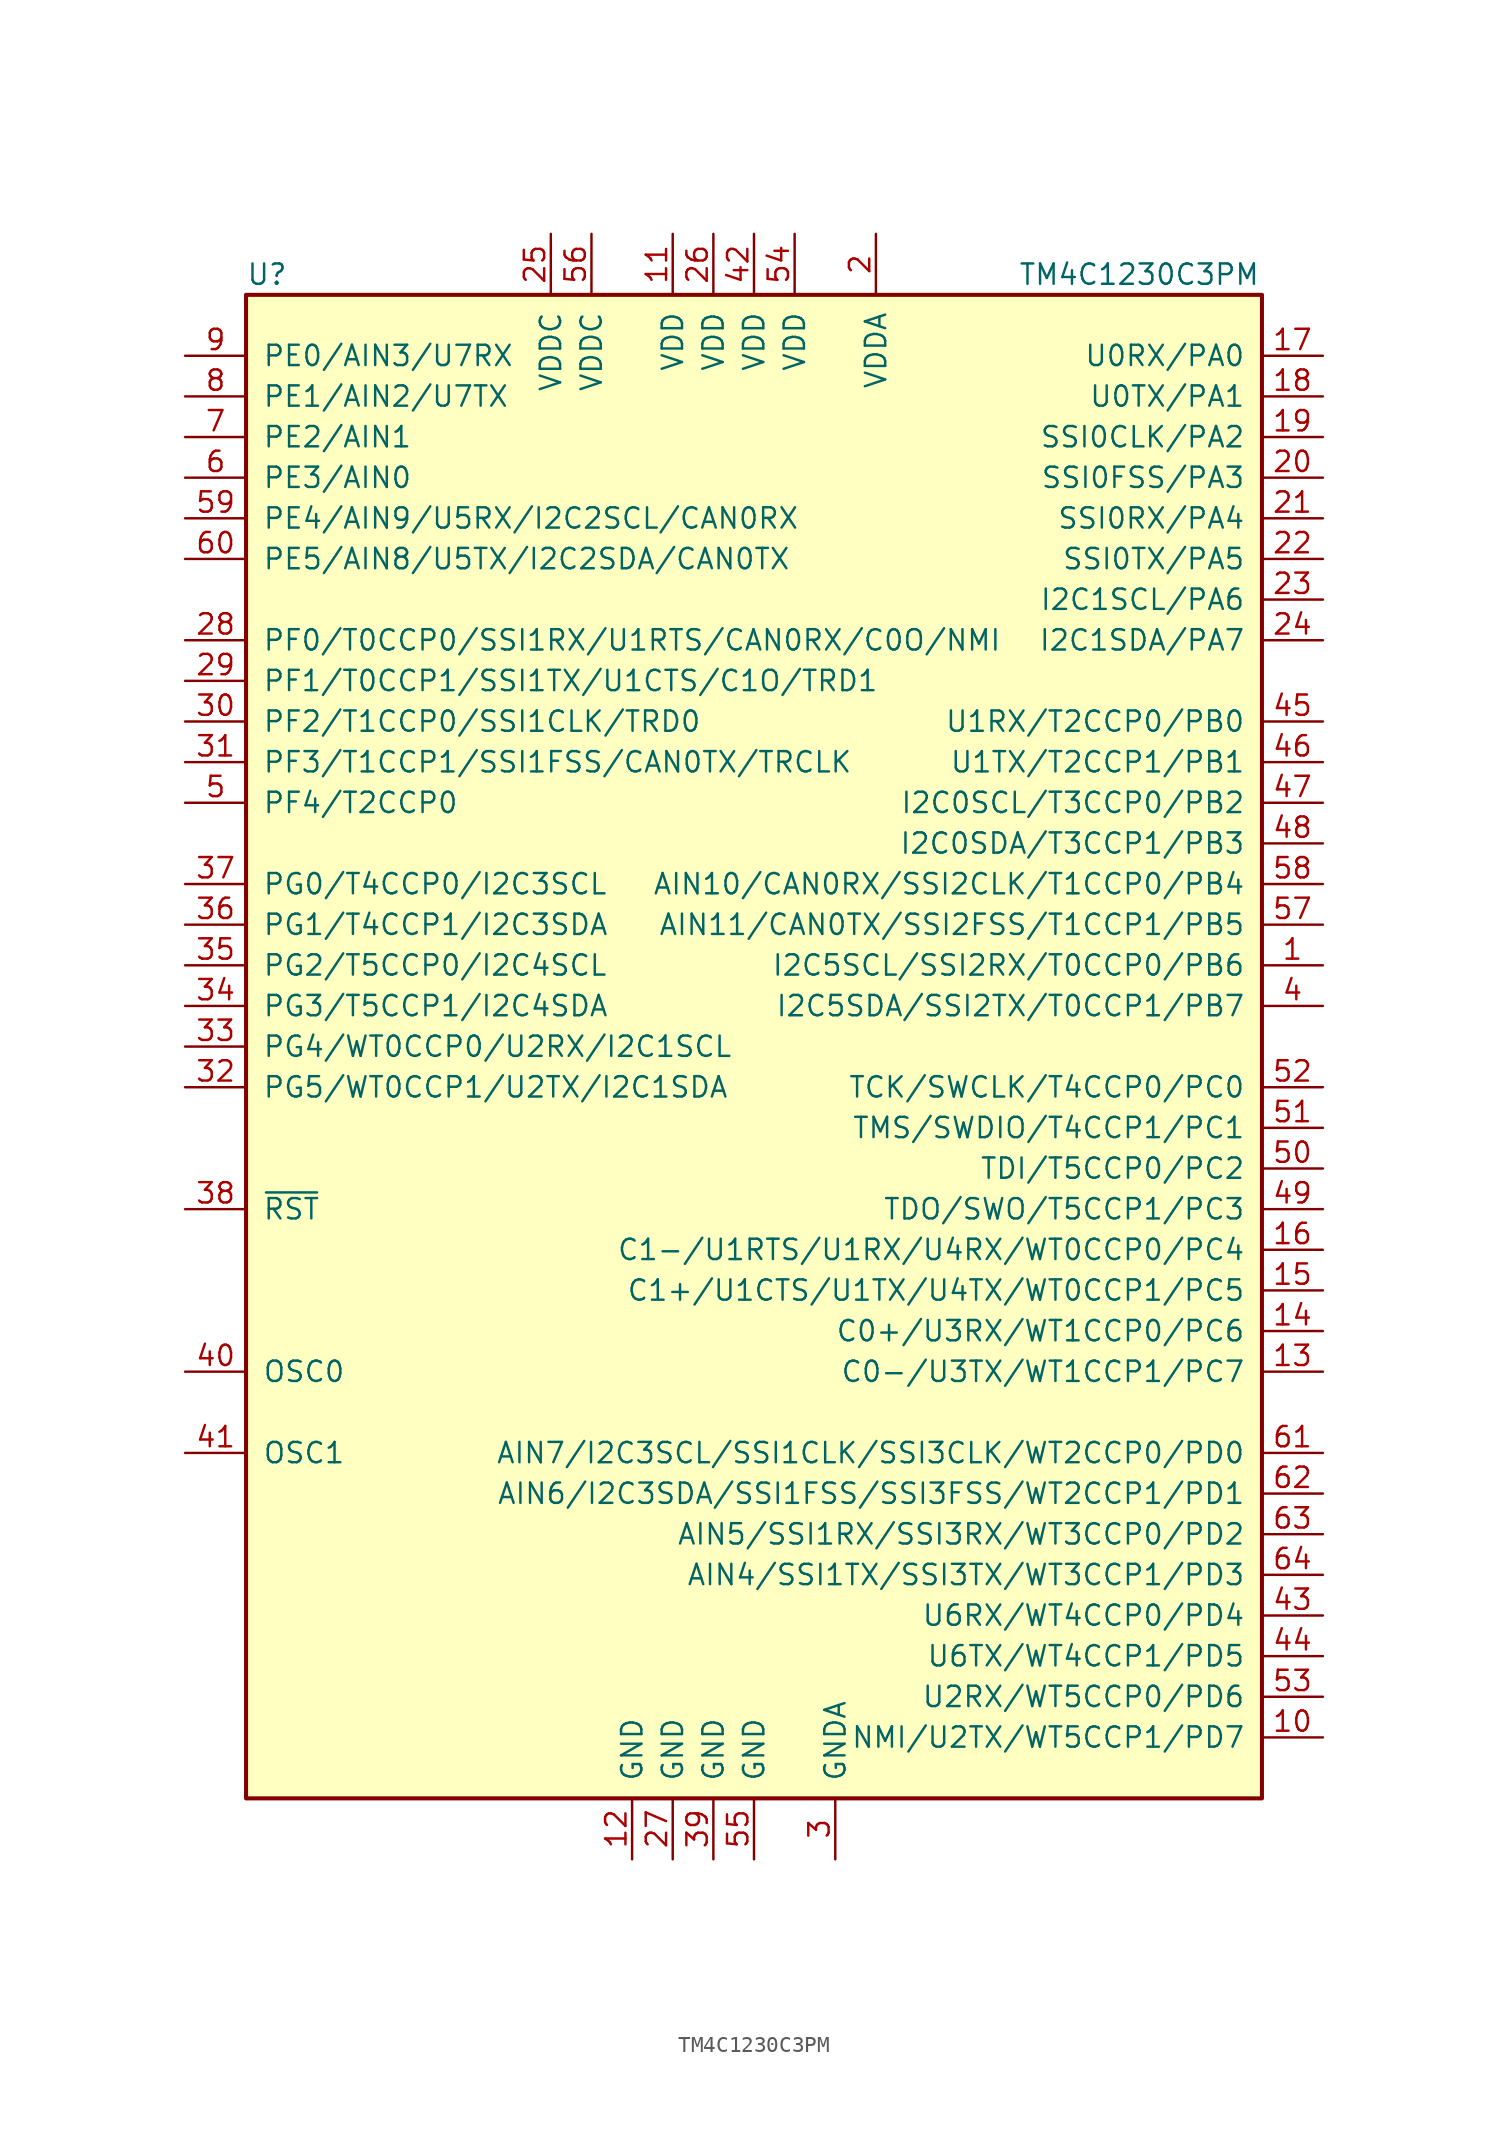
<source format=kicad_sym>
(kicad_symbol_lib
  (version 20241209)
  (generator "kicad_symbol_editor")
  (generator_version "9.0")
  (symbol "TM4C1230C3PM"
    (pin_names
      (offset 1.016))
    (property "Reference" "U"
      (at -31.75 48.26 0)
      (effects (font (size 1.27 1.27)) (justify left)))
    (property "Value" "TM4C1230C3PM"
      (at 16.51 48.26 0)
      (effects (font (size 1.27 1.27)) (justify left)))
    (symbol "TM4C1230C3PM_0_1"
      (rectangle (start -31.75 46.99) (end 31.75 -46.99) (stroke (width 0.254) (type default)) (fill (type background))))
    (symbol "TM4C1230C3PM_1_1"
      (pin bidirectional line (at -35.56 43.18 0) (length 3.81) (name "PE0/AIN3/U7RX" (effects (font (size 1.27 1.27)))) (number "9" (effects (font (size 1.27 1.27)))))
      (pin bidirectional line (at -35.56 40.64 0) (length 3.81) (name "PE1/AIN2/U7TX" (effects (font (size 1.27 1.27)))) (number "8" (effects (font (size 1.27 1.27)))))
      (pin bidirectional line (at -35.56 38.1 0) (length 3.81) (name "PE2/AIN1" (effects (font (size 1.27 1.27)))) (number "7" (effects (font (size 1.27 1.27)))))
      (pin bidirectional line (at -35.56 35.56 0) (length 3.81) (name "PE3/AIN0" (effects (font (size 1.27 1.27)))) (number "6" (effects (font (size 1.27 1.27)))))
      (pin bidirectional line (at -35.56 33.02 0) (length 3.81) (name "PE4/AIN9/U5RX/I2C2SCL/CAN0RX" (effects (font (size 1.27 1.27)))) (number "59" (effects (font (size 1.27 1.27)))))
      (pin bidirectional line (at -35.56 30.48 0) (length 3.81) (name "PE5/AIN8/U5TX/I2C2SDA/CAN0TX" (effects (font (size 1.27 1.27)))) (number "60" (effects (font (size 1.27 1.27)))))
      (pin bidirectional line (at -35.56 25.4 0) (length 3.81) (name "PF0/T0CCP0/SSI1RX/U1RTS/CAN0RX/C0O/NMI" (effects (font (size 1.27 1.27)))) (number "28" (effects (font (size 1.27 1.27)))))
      (pin bidirectional line (at -35.56 22.86 0) (length 3.81) (name "PF1/T0CCP1/SSI1TX/U1CTS/C1O/TRD1" (effects (font (size 1.27 1.27)))) (number "29" (effects (font (size 1.27 1.27)))))
      (pin bidirectional line (at -35.56 20.32 0) (length 3.81) (name "PF2/T1CCP0/SSI1CLK/TRD0" (effects (font (size 1.27 1.27)))) (number "30" (effects (font (size 1.27 1.27)))))
      (pin bidirectional line (at -35.56 17.78 0) (length 3.81) (name "PF3/T1CCP1/SSI1FSS/CAN0TX/TRCLK" (effects (font (size 1.27 1.27)))) (number "31" (effects (font (size 1.27 1.27)))))
      (pin bidirectional line (at -35.56 15.24 0) (length 3.81) (name "PF4/T2CCP0" (effects (font (size 1.27 1.27)))) (number "5" (effects (font (size 1.27 1.27)))))
      (pin bidirectional line (at -35.56 10.16 0) (length 3.81) (name "PG0/T4CCP0/I2C3SCL" (effects (font (size 1.27 1.27)))) (number "37" (effects (font (size 1.27 1.27)))))
      (pin bidirectional line (at -35.56 7.62 0) (length 3.81) (name "PG1/T4CCP1/I2C3SDA" (effects (font (size 1.27 1.27)))) (number "36" (effects (font (size 1.27 1.27)))))
      (pin bidirectional line (at -35.56 5.08 0) (length 3.81) (name "PG2/T5CCP0/I2C4SCL" (effects (font (size 1.27 1.27)))) (number "35" (effects (font (size 1.27 1.27)))))
      (pin bidirectional line (at -35.56 2.54 0) (length 3.81) (name "PG3/T5CCP1/I2C4SDA" (effects (font (size 1.27 1.27)))) (number "34" (effects (font (size 1.27 1.27)))))
      (pin bidirectional line (at -35.56 0 0) (length 3.81) (name "PG4/WT0CCP0/U2RX/I2C1SCL" (effects (font (size 1.27 1.27)))) (number "33" (effects (font (size 1.27 1.27)))))
      (pin bidirectional line (at -35.56 -2.54 0) (length 3.81) (name "PG5/WT0CCP1/U2TX/I2C1SDA" (effects (font (size 1.27 1.27)))) (number "32" (effects (font (size 1.27 1.27)))))
      (pin input line (at -35.56 -10.16 0) (length 3.81) (name "~{RST}" (effects (font (size 1.27 1.27)))) (number "38" (effects (font (size 1.27 1.27)))))
      (pin passive line (at -35.56 -20.32 0) (length 3.81) (name "OSC0" (effects (font (size 1.27 1.27)))) (number "40" (effects (font (size 1.27 1.27)))))
      (pin passive line (at -35.56 -25.4 0) (length 3.81) (name "OSC1" (effects (font (size 1.27 1.27)))) (number "41" (effects (font (size 1.27 1.27)))))
      (pin power_in line (at -12.7 50.8 270) (length 3.81) (name "VDDC" (effects (font (size 1.27 1.27)))) (number "25" (effects (font (size 1.27 1.27)))))
      (pin power_in line (at -10.16 50.8 270) (length 3.81) (name "VDDC" (effects (font (size 1.27 1.27)))) (number "56" (effects (font (size 1.27 1.27)))))
      (pin power_in line (at -7.62 -50.8 90) (length 3.81) (name "GND" (effects (font (size 1.27 1.27)))) (number "12" (effects (font (size 1.27 1.27)))))
      (pin power_in line (at -5.08 50.8 270) (length 3.81) (name "VDD" (effects (font (size 1.27 1.27)))) (number "11" (effects (font (size 1.27 1.27)))))
      (pin power_in line (at -5.08 -50.8 90) (length 3.81) (name "GND" (effects (font (size 1.27 1.27)))) (number "27" (effects (font (size 1.27 1.27)))))
      (pin power_in line (at -2.54 50.8 270) (length 3.81) (name "VDD" (effects (font (size 1.27 1.27)))) (number "26" (effects (font (size 1.27 1.27)))))
      (pin power_in line (at -2.54 -50.8 90) (length 3.81) (name "GND" (effects (font (size 1.27 1.27)))) (number "39" (effects (font (size 1.27 1.27)))))
      (pin power_in line (at 0 50.8 270) (length 3.81) (name "VDD" (effects (font (size 1.27 1.27)))) (number "42" (effects (font (size 1.27 1.27)))))
      (pin power_in line (at 0 -50.8 90) (length 3.81) (name "GND" (effects (font (size 1.27 1.27)))) (number "55" (effects (font (size 1.27 1.27)))))
      (pin power_in line (at 2.54 50.8 270) (length 3.81) (name "VDD" (effects (font (size 1.27 1.27)))) (number "54" (effects (font (size 1.27 1.27)))))
      (pin power_in line (at 5.08 -50.8 90) (length 3.81) (name "GNDA" (effects (font (size 1.27 1.27)))) (number "3" (effects (font (size 1.27 1.27)))))
      (pin power_in line (at 7.62 50.8 270) (length 3.81) (name "VDDA" (effects (font (size 1.27 1.27)))) (number "2" (effects (font (size 1.27 1.27)))))
      (pin bidirectional line (at 35.56 43.18 180) (length 3.81) (name "U0RX/PA0" (effects (font (size 1.27 1.27)))) (number "17" (effects (font (size 1.27 1.27)))))
      (pin bidirectional line (at 35.56 40.64 180) (length 3.81) (name "U0TX/PA1" (effects (font (size 1.27 1.27)))) (number "18" (effects (font (size 1.27 1.27)))))
      (pin bidirectional line (at 35.56 38.1 180) (length 3.81) (name "SSI0CLK/PA2" (effects (font (size 1.27 1.27)))) (number "19" (effects (font (size 1.27 1.27)))))
      (pin bidirectional line (at 35.56 35.56 180) (length 3.81) (name "SSI0FSS/PA3" (effects (font (size 1.27 1.27)))) (number "20" (effects (font (size 1.27 1.27)))))
      (pin bidirectional line (at 35.56 33.02 180) (length 3.81) (name "SSI0RX/PA4" (effects (font (size 1.27 1.27)))) (number "21" (effects (font (size 1.27 1.27)))))
      (pin bidirectional line (at 35.56 30.48 180) (length 3.81) (name "SSI0TX/PA5" (effects (font (size 1.27 1.27)))) (number "22" (effects (font (size 1.27 1.27)))))
      (pin bidirectional line (at 35.56 27.94 180) (length 3.81) (name "I2C1SCL/PA6" (effects (font (size 1.27 1.27)))) (number "23" (effects (font (size 1.27 1.27)))))
      (pin bidirectional line (at 35.56 25.4 180) (length 3.81) (name "I2C1SDA/PA7" (effects (font (size 1.27 1.27)))) (number "24" (effects (font (size 1.27 1.27)))))
      (pin bidirectional line (at 35.56 20.32 180) (length 3.81) (name "U1RX/T2CCP0/PB0" (effects (font (size 1.27 1.27)))) (number "45" (effects (font (size 1.27 1.27)))))
      (pin bidirectional line (at 35.56 17.78 180) (length 3.81) (name "U1TX/T2CCP1/PB1" (effects (font (size 1.27 1.27)))) (number "46" (effects (font (size 1.27 1.27)))))
      (pin bidirectional line (at 35.56 15.24 180) (length 3.81) (name "I2C0SCL/T3CCP0/PB2" (effects (font (size 1.27 1.27)))) (number "47" (effects (font (size 1.27 1.27)))))
      (pin bidirectional line (at 35.56 12.7 180) (length 3.81) (name "I2C0SDA/T3CCP1/PB3" (effects (font (size 1.27 1.27)))) (number "48" (effects (font (size 1.27 1.27)))))
      (pin bidirectional line (at 35.56 10.16 180) (length 3.81) (name "AIN10/CAN0RX/SSI2CLK/T1CCP0/PB4" (effects (font (size 1.27 1.27)))) (number "58" (effects (font (size 1.27 1.27)))))
      (pin bidirectional line (at 35.56 7.62 180) (length 3.81) (name "AIN11/CAN0TX/SSI2FSS/T1CCP1/PB5" (effects (font (size 1.27 1.27)))) (number "57" (effects (font (size 1.27 1.27)))))
      (pin bidirectional line (at 35.56 5.08 180) (length 3.81) (name "I2C5SCL/SSI2RX/T0CCP0/PB6" (effects (font (size 1.27 1.27)))) (number "1" (effects (font (size 1.27 1.27)))))
      (pin bidirectional line (at 35.56 2.54 180) (length 3.81) (name "I2C5SDA/SSI2TX/T0CCP1/PB7" (effects (font (size 1.27 1.27)))) (number "4" (effects (font (size 1.27 1.27)))))
      (pin bidirectional line (at 35.56 -2.54 180) (length 3.81) (name "TCK/SWCLK/T4CCP0/PC0" (effects (font (size 1.27 1.27)))) (number "52" (effects (font (size 1.27 1.27)))))
      (pin bidirectional line (at 35.56 -5.08 180) (length 3.81) (name "TMS/SWDIO/T4CCP1/PC1" (effects (font (size 1.27 1.27)))) (number "51" (effects (font (size 1.27 1.27)))))
      (pin bidirectional line (at 35.56 -7.62 180) (length 3.81) (name "TDI/T5CCP0/PC2" (effects (font (size 1.27 1.27)))) (number "50" (effects (font (size 1.27 1.27)))))
      (pin bidirectional line (at 35.56 -10.16 180) (length 3.81) (name "TDO/SWO/T5CCP1/PC3" (effects (font (size 1.27 1.27)))) (number "49" (effects (font (size 1.27 1.27)))))
      (pin bidirectional line (at 35.56 -12.7 180) (length 3.81) (name "C1-/U1RTS/U1RX/U4RX/WT0CCP0/PC4" (effects (font (size 1.27 1.27)))) (number "16" (effects (font (size 1.27 1.27)))))
      (pin bidirectional line (at 35.56 -15.24 180) (length 3.81) (name "C1+/U1CTS/U1TX/U4TX/WT0CCP1/PC5" (effects (font (size 1.27 1.27)))) (number "15" (effects (font (size 1.27 1.27)))))
      (pin bidirectional line (at 35.56 -17.78 180) (length 3.81) (name "C0+/U3RX/WT1CCP0/PC6" (effects (font (size 1.27 1.27)))) (number "14" (effects (font (size 1.27 1.27)))))
      (pin bidirectional line (at 35.56 -20.32 180) (length 3.81) (name "C0-/U3TX/WT1CCP1/PC7" (effects (font (size 1.27 1.27)))) (number "13" (effects (font (size 1.27 1.27)))))
      (pin bidirectional line (at 35.56 -25.4 180) (length 3.81) (name "AIN7/I2C3SCL/SSI1CLK/SSI3CLK/WT2CCP0/PD0" (effects (font (size 1.27 1.27)))) (number "61" (effects (font (size 1.27 1.27)))))
      (pin bidirectional line (at 35.56 -27.94 180) (length 3.81) (name "AIN6/I2C3SDA/SSI1FSS/SSI3FSS/WT2CCP1/PD1" (effects (font (size 1.27 1.27)))) (number "62" (effects (font (size 1.27 1.27)))))
      (pin bidirectional line (at 35.56 -30.48 180) (length 3.81) (name "AIN5/SSI1RX/SSI3RX/WT3CCP0/PD2" (effects (font (size 1.27 1.27)))) (number "63" (effects (font (size 1.27 1.27)))))
      (pin bidirectional line (at 35.56 -33.02 180) (length 3.81) (name "AIN4/SSI1TX/SSI3TX/WT3CCP1/PD3" (effects (font (size 1.27 1.27)))) (number "64" (effects (font (size 1.27 1.27)))))
      (pin bidirectional line (at 35.56 -35.56 180) (length 3.81) (name "U6RX/WT4CCP0/PD4" (effects (font (size 1.27 1.27)))) (number "43" (effects (font (size 1.27 1.27)))))
      (pin bidirectional line (at 35.56 -38.1 180) (length 3.81) (name "U6TX/WT4CCP1/PD5" (effects (font (size 1.27 1.27)))) (number "44" (effects (font (size 1.27 1.27)))))
      (pin bidirectional line (at 35.56 -40.64 180) (length 3.81) (name "U2RX/WT5CCP0/PD6" (effects (font (size 1.27 1.27)))) (number "53" (effects (font (size 1.27 1.27)))))
      (pin bidirectional line (at 35.56 -43.18 180) (length 3.81) (name "NMI/U2TX/WT5CCP1/PD7" (effects (font (size 1.27 1.27)))) (number "10" (effects (font (size 1.27 1.27))))))))
</source>
